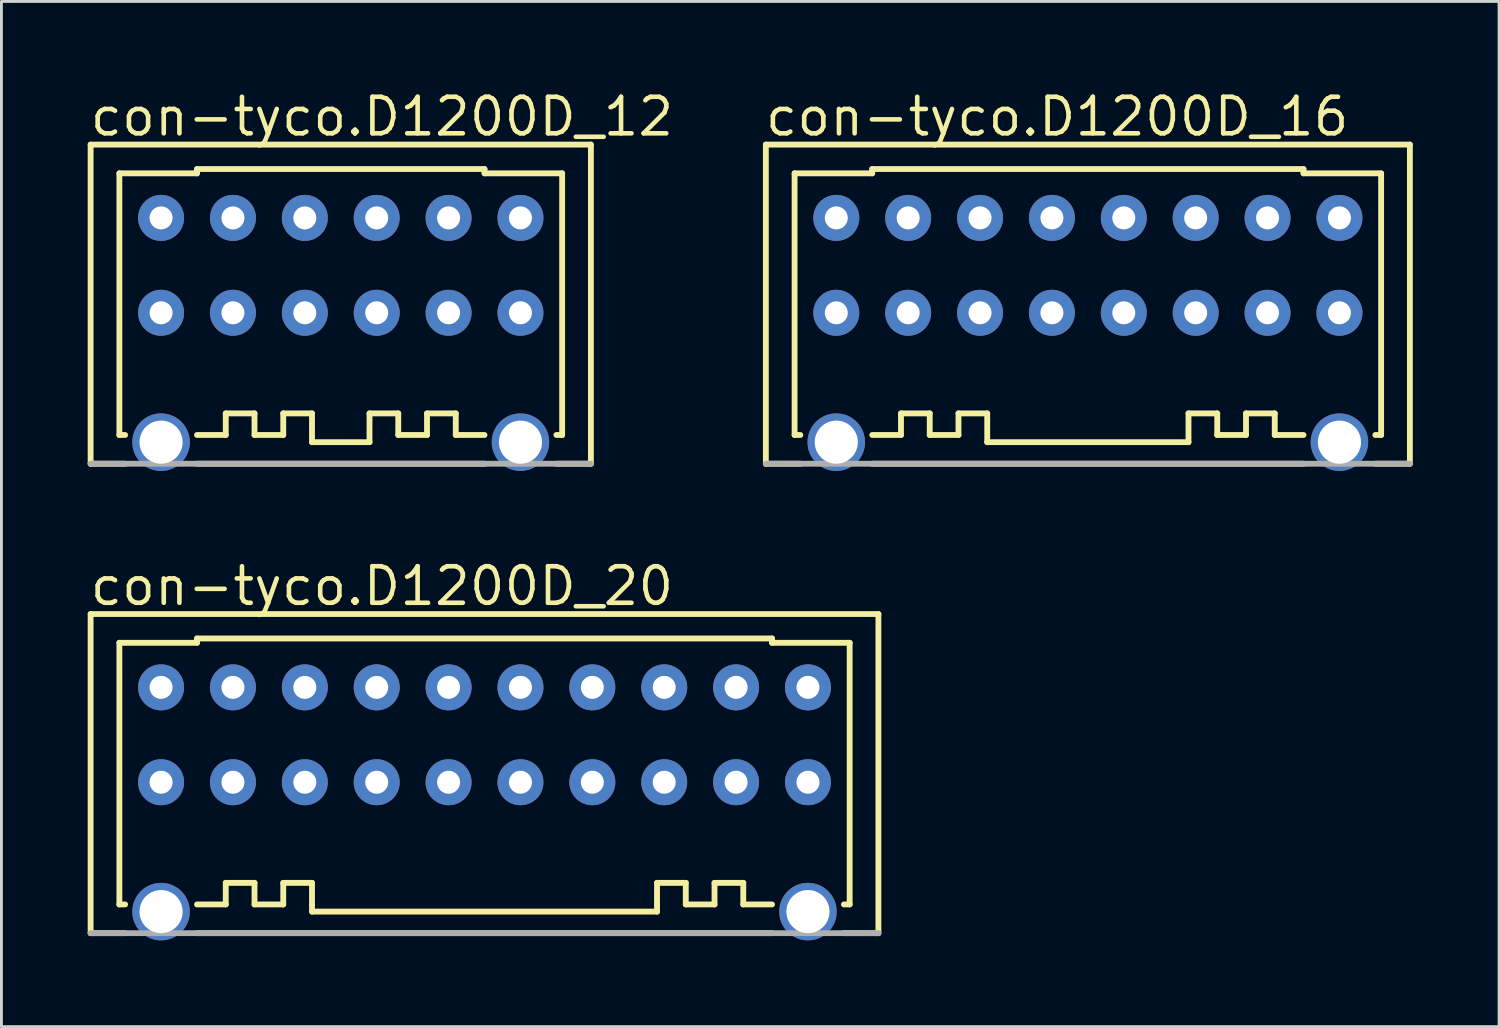
<source format=kicad_pcb>
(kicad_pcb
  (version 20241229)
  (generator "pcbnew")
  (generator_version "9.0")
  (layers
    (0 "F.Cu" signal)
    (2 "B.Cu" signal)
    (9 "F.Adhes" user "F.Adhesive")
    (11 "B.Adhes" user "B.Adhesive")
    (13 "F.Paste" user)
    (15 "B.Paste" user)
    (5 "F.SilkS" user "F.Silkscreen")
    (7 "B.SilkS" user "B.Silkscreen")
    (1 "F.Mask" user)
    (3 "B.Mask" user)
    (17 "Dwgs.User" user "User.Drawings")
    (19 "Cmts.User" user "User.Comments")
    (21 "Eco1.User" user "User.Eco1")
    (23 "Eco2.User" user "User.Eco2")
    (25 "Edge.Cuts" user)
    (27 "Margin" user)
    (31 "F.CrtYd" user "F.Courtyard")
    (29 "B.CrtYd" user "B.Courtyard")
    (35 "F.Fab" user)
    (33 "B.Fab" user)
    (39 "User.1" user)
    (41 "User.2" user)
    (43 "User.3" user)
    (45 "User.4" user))
  (footprint "con-tyco.D1200D_12"
    (layer "F.Cu")
    (at 8.802 7.829)
    (property "Reference" "con-tyco.D1200D_12" (at -8.802 -6.079 0) (layer "F.SilkS") (effects (font (size 1.27 1.27) (thickness 0.16)) (justify left bottom)))
    (attr through_hole)
    (fp_line (start -8.7 -5.85) (end 8.7 -5.85) (stroke (width 0.203) (type default)) (layer "F.SilkS"))
    (fp_line (start -8.7 5.25) (end -8.7 -5.85) (stroke (width 0.203) (type default)) (layer "F.SilkS"))
    (fp_line (start -7.7 -4.85) (end -5 -4.85) (stroke (width 0.203) (type default)) (layer "F.SilkS"))
    (fp_line (start -7.7 4.25) (end -7.7 -4.85) (stroke (width 0.203) (type default)) (layer "F.SilkS"))
    (fp_line (start -7.5 4.25) (end -7.7 4.25) (stroke (width 0.203) (type default)) (layer "F.SilkS"))
    (fp_line (start -7.5 5.25) (end -8.7 5.25) (stroke (width 0.203) (type default)) (layer "F.SilkS"))
    (fp_line (start -5 -5) (end 5 -5) (stroke (width 0.203) (type default)) (layer "F.SilkS"))
    (fp_line (start -5 -4.85) (end -5 -5) (stroke (width 0.203) (type default)) (layer "F.SilkS"))
    (fp_line (start -4 3.5) (end -4 4.25) (stroke (width 0.203) (type default)) (layer "F.SilkS"))
    (fp_line (start -4 4.25) (end -5 4.25) (stroke (width 0.203) (type default)) (layer "F.SilkS"))
    (fp_line (start -3 3.5) (end -4 3.5) (stroke (width 0.203) (type default)) (layer "F.SilkS"))
    (fp_line (start -3 4.25) (end -3 3.5) (stroke (width 0.203) (type default)) (layer "F.SilkS"))
    (fp_line (start -2 3.5) (end -2 4.25) (stroke (width 0.203) (type default)) (layer "F.SilkS"))
    (fp_line (start -2 4.25) (end -3 4.25) (stroke (width 0.203) (type default)) (layer "F.SilkS"))
    (fp_line (start -1 3.5) (end -2 3.5) (stroke (width 0.203) (type default)) (layer "F.SilkS"))
    (fp_line (start -1 4.5) (end -1 3.5) (stroke (width 0.203) (type default)) (layer "F.SilkS"))
    (fp_line (start 1 3.5) (end 1 4.5) (stroke (width 0.203) (type default)) (layer "F.SilkS"))
    (fp_line (start 1 4.5) (end -1 4.5) (stroke (width 0.203) (type default)) (layer "F.SilkS"))
    (fp_line (start 2 3.5) (end 1 3.5) (stroke (width 0.203) (type default)) (layer "F.SilkS"))
    (fp_line (start 2 4.25) (end 2 3.5) (stroke (width 0.203) (type default)) (layer "F.SilkS"))
    (fp_line (start 3 3.5) (end 3 4.25) (stroke (width 0.203) (type default)) (layer "F.SilkS"))
    (fp_line (start 3 4.25) (end 2 4.25) (stroke (width 0.203) (type default)) (layer "F.SilkS"))
    (fp_line (start 4 3.5) (end 3 3.5) (stroke (width 0.203) (type default)) (layer "F.SilkS"))
    (fp_line (start 4 4.25) (end 4 3.5) (stroke (width 0.203) (type default)) (layer "F.SilkS"))
    (fp_line (start 5 -5) (end 5 -4.85) (stroke (width 0.203) (type default)) (layer "F.SilkS"))
    (fp_line (start 5 -4.85) (end 7.7 -4.85) (stroke (width 0.203) (type default)) (layer "F.SilkS"))
    (fp_line (start 5 4.25) (end 4 4.25) (stroke (width 0.203) (type default)) (layer "F.SilkS"))
    (fp_line (start 5 5.25) (end -5 5.25) (stroke (width 0.203) (type default)) (layer "F.SilkS"))
    (fp_line (start 7.7 -4.85) (end 7.7 4.25) (stroke (width 0.203) (type default)) (layer "F.SilkS"))
    (fp_line (start 7.7 4.25) (end 7.5 4.25) (stroke (width 0.203) (type default)) (layer "F.SilkS"))
    (fp_line (start 8.7 -5.85) (end 8.7 5.25) (stroke (width 0.203) (type default)) (layer "F.SilkS"))
    (fp_line (start 8.7 5.25) (end 7.5 5.25) (stroke (width 0.203) (type default)) (layer "F.SilkS"))
    (fp_line (start 8.7 5.25) (end -8.7 5.25) (stroke (width 0.203) (type default)) (layer "F.Fab"))
    (pad "A1" thru_hole circle (at 6.25 -3.3 180) (size 1.6 1.6) (drill 0.8) (layers "*.Cu" "*.Mask"))
    (pad "A2" thru_hole circle (at 3.75 -3.3 180) (size 1.6 1.6) (drill 0.8) (layers "*.Cu" "*.Mask"))
    (pad "A3" thru_hole circle (at 1.25 -3.3 180) (size 1.6 1.6) (drill 0.8) (layers "*.Cu" "*.Mask"))
    (pad "A4" thru_hole circle (at -1.25 -3.3 180) (size 1.6 1.6) (drill 0.8) (layers "*.Cu" "*.Mask"))
    (pad "A5" thru_hole circle (at -3.75 -3.3 180) (size 1.6 1.6) (drill 0.8) (layers "*.Cu" "*.Mask"))
    (pad "A6" thru_hole circle (at -6.25 -3.3 180) (size 1.6 1.6) (drill 0.8) (layers "*.Cu" "*.Mask"))
    (pad "B1" thru_hole circle (at 6.25 0 180) (size 1.6 1.6) (drill 0.8) (layers "*.Cu" "*.Mask"))
    (pad "B2" thru_hole circle (at 3.75 0 180) (size 1.6 1.6) (drill 0.8) (layers "*.Cu" "*.Mask"))
    (pad "B3" thru_hole circle (at 1.25 0 180) (size 1.6 1.6) (drill 0.8) (layers "*.Cu" "*.Mask"))
    (pad "B4" thru_hole circle (at -1.25 0 180) (size 1.6 1.6) (drill 0.8) (layers "*.Cu" "*.Mask"))
    (pad "B5" thru_hole circle (at -3.75 0 180) (size 1.6 1.6) (drill 0.8) (layers "*.Cu" "*.Mask"))
    (pad "B6" thru_hole circle (at -6.25 0 180) (size 1.6 1.6) (drill 0.8) (layers "*.Cu" "*.Mask"))
    (pad "M1" thru_hole circle (at 6.25 4.5) (size 2 2) (drill 1.5) (layers "*.Cu" "*.Mask"))
    (pad "M2" thru_hole circle (at -6.25 4.5) (size 2 2) (drill 1.5) (layers "*.Cu" "*.Mask")))
  (footprint "con-tyco.D1200D_20"
    (layer "F.Cu")
    (at 13.802 24.157)
    (property "Reference" "con-tyco.D1200D_20" (at -13.802 -6.079 0) (layer "F.SilkS") (effects (font (size 1.27 1.27) (thickness 0.16)) (justify left bottom)))
    (attr through_hole)
    (fp_line (start -13.7 -5.85) (end 13.7 -5.85) (stroke (width 0.203) (type default)) (layer "F.SilkS"))
    (fp_line (start -13.7 5.25) (end -13.7 -5.85) (stroke (width 0.203) (type default)) (layer "F.SilkS"))
    (fp_line (start -12.7 -4.85) (end -10 -4.85) (stroke (width 0.203) (type default)) (layer "F.SilkS"))
    (fp_line (start -12.7 4.25) (end -12.7 -4.85) (stroke (width 0.203) (type default)) (layer "F.SilkS"))
    (fp_line (start -12.5 4.25) (end -12.7 4.25) (stroke (width 0.203) (type default)) (layer "F.SilkS"))
    (fp_line (start -12.5 5.25) (end -13.7 5.25) (stroke (width 0.203) (type default)) (layer "F.SilkS"))
    (fp_line (start -10 -5) (end 10 -5) (stroke (width 0.203) (type default)) (layer "F.SilkS"))
    (fp_line (start -10 -4.85) (end -10 -5) (stroke (width 0.203) (type default)) (layer "F.SilkS"))
    (fp_line (start -9 3.5) (end -9 4.25) (stroke (width 0.203) (type default)) (layer "F.SilkS"))
    (fp_line (start -9 4.25) (end -10 4.25) (stroke (width 0.203) (type default)) (layer "F.SilkS"))
    (fp_line (start -8 3.5) (end -9 3.5) (stroke (width 0.203) (type default)) (layer "F.SilkS"))
    (fp_line (start -8 4.25) (end -8 3.5) (stroke (width 0.203) (type default)) (layer "F.SilkS"))
    (fp_line (start -7 3.5) (end -7 4.25) (stroke (width 0.203) (type default)) (layer "F.SilkS"))
    (fp_line (start -7 4.25) (end -8 4.25) (stroke (width 0.203) (type default)) (layer "F.SilkS"))
    (fp_line (start -6 3.5) (end -7 3.5) (stroke (width 0.203) (type default)) (layer "F.SilkS"))
    (fp_line (start -6 4.25) (end -6 3.5) (stroke (width 0.203) (type default)) (layer "F.SilkS"))
    (fp_line (start -6 4.5) (end -6 4.25) (stroke (width 0.203) (type default)) (layer "F.SilkS"))
    (fp_line (start 6 3.5) (end 6 4.25) (stroke (width 0.203) (type default)) (layer "F.SilkS"))
    (fp_line (start 6 4.25) (end 6 4.5) (stroke (width 0.203) (type default)) (layer "F.SilkS"))
    (fp_line (start 6 4.5) (end -6 4.5) (stroke (width 0.203) (type default)) (layer "F.SilkS"))
    (fp_line (start 7 3.5) (end 6 3.5) (stroke (width 0.203) (type default)) (layer "F.SilkS"))
    (fp_line (start 7 4.25) (end 7 3.5) (stroke (width 0.203) (type default)) (layer "F.SilkS"))
    (fp_line (start 8 3.5) (end 8 4.25) (stroke (width 0.203) (type default)) (layer "F.SilkS"))
    (fp_line (start 8 4.25) (end 7 4.25) (stroke (width 0.203) (type default)) (layer "F.SilkS"))
    (fp_line (start 9 3.5) (end 8 3.5) (stroke (width 0.203) (type default)) (layer "F.SilkS"))
    (fp_line (start 9 4.25) (end 9 3.5) (stroke (width 0.203) (type default)) (layer "F.SilkS"))
    (fp_line (start 10 -5) (end 10 -4.85) (stroke (width 0.203) (type default)) (layer "F.SilkS"))
    (fp_line (start 10 -4.85) (end 12.7 -4.85) (stroke (width 0.203) (type default)) (layer "F.SilkS"))
    (fp_line (start 10 4.25) (end 9 4.25) (stroke (width 0.203) (type default)) (layer "F.SilkS"))
    (fp_line (start 10 5.25) (end -10 5.25) (stroke (width 0.203) (type default)) (layer "F.SilkS"))
    (fp_line (start 12.7 -4.85) (end 12.7 4.25) (stroke (width 0.203) (type default)) (layer "F.SilkS"))
    (fp_line (start 12.7 4.25) (end 12.5 4.25) (stroke (width 0.203) (type default)) (layer "F.SilkS"))
    (fp_line (start 13.7 -5.85) (end 13.7 5.25) (stroke (width 0.203) (type default)) (layer "F.SilkS"))
    (fp_line (start 13.7 5.25) (end 12.5 5.25) (stroke (width 0.203) (type default)) (layer "F.SilkS"))
    (fp_line (start 13.7 5.25) (end -13.7 5.25) (stroke (width 0.203) (type default)) (layer "F.Fab"))
    (pad "A1" thru_hole circle (at 11.25 -3.3 180) (size 1.6 1.6) (drill 0.8) (layers "*.Cu" "*.Mask"))
    (pad "A2" thru_hole circle (at 8.75 -3.3 180) (size 1.6 1.6) (drill 0.8) (layers "*.Cu" "*.Mask"))
    (pad "A3" thru_hole circle (at 6.25 -3.3 180) (size 1.6 1.6) (drill 0.8) (layers "*.Cu" "*.Mask"))
    (pad "A4" thru_hole circle (at 3.75 -3.3 180) (size 1.6 1.6) (drill 0.8) (layers "*.Cu" "*.Mask"))
    (pad "A5" thru_hole circle (at 1.25 -3.3 180) (size 1.6 1.6) (drill 0.8) (layers "*.Cu" "*.Mask"))
    (pad "A6" thru_hole circle (at -1.25 -3.3 180) (size 1.6 1.6) (drill 0.8) (layers "*.Cu" "*.Mask"))
    (pad "A7" thru_hole circle (at -3.75 -3.3 180) (size 1.6 1.6) (drill 0.8) (layers "*.Cu" "*.Mask"))
    (pad "A8" thru_hole circle (at -6.25 -3.3 180) (size 1.6 1.6) (drill 0.8) (layers "*.Cu" "*.Mask"))
    (pad "A9" thru_hole circle (at -8.75 -3.3 180) (size 1.6 1.6) (drill 0.8) (layers "*.Cu" "*.Mask"))
    (pad "A10" thru_hole circle (at -11.25 -3.3 180) (size 1.6 1.6) (drill 0.8) (layers "*.Cu" "*.Mask"))
    (pad "B1" thru_hole circle (at 11.25 0 180) (size 1.6 1.6) (drill 0.8) (layers "*.Cu" "*.Mask"))
    (pad "B2" thru_hole circle (at 8.75 0 180) (size 1.6 1.6) (drill 0.8) (layers "*.Cu" "*.Mask"))
    (pad "B3" thru_hole circle (at 6.25 0 180) (size 1.6 1.6) (drill 0.8) (layers "*.Cu" "*.Mask"))
    (pad "B4" thru_hole circle (at 3.75 0 180) (size 1.6 1.6) (drill 0.8) (layers "*.Cu" "*.Mask"))
    (pad "B5" thru_hole circle (at 1.25 0 180) (size 1.6 1.6) (drill 0.8) (layers "*.Cu" "*.Mask"))
    (pad "B6" thru_hole circle (at -1.25 0 180) (size 1.6 1.6) (drill 0.8) (layers "*.Cu" "*.Mask"))
    (pad "B7" thru_hole circle (at -3.75 0 180) (size 1.6 1.6) (drill 0.8) (layers "*.Cu" "*.Mask"))
    (pad "B8" thru_hole circle (at -6.25 0 180) (size 1.6 1.6) (drill 0.8) (layers "*.Cu" "*.Mask"))
    (pad "B9" thru_hole circle (at -8.75 0 180) (size 1.6 1.6) (drill 0.8) (layers "*.Cu" "*.Mask"))
    (pad "B10" thru_hole circle (at -11.25 0 180) (size 1.6 1.6) (drill 0.8) (layers "*.Cu" "*.Mask"))
    (pad "M1" thru_hole circle (at 11.25 4.5) (size 2 2) (drill 1.5) (layers "*.Cu" "*.Mask"))
    (pad "M2" thru_hole circle (at -11.25 4.5) (size 2 2) (drill 1.5) (layers "*.Cu" "*.Mask")))
  (footprint "con-tyco.D1200D_16"
    (layer "F.Cu")
    (at 34.787 7.829)
    (property "Reference" "con-tyco.D1200D_16" (at -11.302 -6.079 0) (layer "F.SilkS") (effects (font (size 1.27 1.27) (thickness 0.16)) (justify left bottom)))
    (attr through_hole)
    (fp_line (start -11.2 -5.85) (end 11.2 -5.85) (stroke (width 0.203) (type default)) (layer "F.SilkS"))
    (fp_line (start -11.2 5.25) (end -11.2 -5.85) (stroke (width 0.203) (type default)) (layer "F.SilkS"))
    (fp_line (start -10.2 -4.85) (end -7.5 -4.85) (stroke (width 0.203) (type default)) (layer "F.SilkS"))
    (fp_line (start -10.2 4.25) (end -10.2 -4.85) (stroke (width 0.203) (type default)) (layer "F.SilkS"))
    (fp_line (start -10 4.25) (end -10.2 4.25) (stroke (width 0.203) (type default)) (layer "F.SilkS"))
    (fp_line (start -10 5.25) (end -11.2 5.25) (stroke (width 0.203) (type default)) (layer "F.SilkS"))
    (fp_line (start -7.5 -5) (end 7.5 -5) (stroke (width 0.203) (type default)) (layer "F.SilkS"))
    (fp_line (start -7.5 -4.85) (end -7.5 -5) (stroke (width 0.203) (type default)) (layer "F.SilkS"))
    (fp_line (start -6.5 3.5) (end -6.5 4.25) (stroke (width 0.203) (type default)) (layer "F.SilkS"))
    (fp_line (start -6.5 4.25) (end -7.5 4.25) (stroke (width 0.203) (type default)) (layer "F.SilkS"))
    (fp_line (start -5.5 3.5) (end -6.5 3.5) (stroke (width 0.203) (type default)) (layer "F.SilkS"))
    (fp_line (start -5.5 4.25) (end -5.5 3.5) (stroke (width 0.203) (type default)) (layer "F.SilkS"))
    (fp_line (start -4.5 3.5) (end -4.5 4.25) (stroke (width 0.203) (type default)) (layer "F.SilkS"))
    (fp_line (start -4.5 4.25) (end -5.5 4.25) (stroke (width 0.203) (type default)) (layer "F.SilkS"))
    (fp_line (start -3.5 3.5) (end -4.5 3.5) (stroke (width 0.203) (type default)) (layer "F.SilkS"))
    (fp_line (start -3.5 4.5) (end -3.5 3.5) (stroke (width 0.203) (type default)) (layer "F.SilkS"))
    (fp_line (start 3.5 3.5) (end 3.5 4.5) (stroke (width 0.203) (type default)) (layer "F.SilkS"))
    (fp_line (start 3.5 4.5) (end -3.5 4.5) (stroke (width 0.203) (type default)) (layer "F.SilkS"))
    (fp_line (start 4.5 3.5) (end 3.5 3.5) (stroke (width 0.203) (type default)) (layer "F.SilkS"))
    (fp_line (start 4.5 4.25) (end 4.5 3.5) (stroke (width 0.203) (type default)) (layer "F.SilkS"))
    (fp_line (start 5.5 3.5) (end 5.5 4.25) (stroke (width 0.203) (type default)) (layer "F.SilkS"))
    (fp_line (start 5.5 4.25) (end 4.5 4.25) (stroke (width 0.203) (type default)) (layer "F.SilkS"))
    (fp_line (start 6.5 3.5) (end 5.5 3.5) (stroke (width 0.203) (type default)) (layer "F.SilkS"))
    (fp_line (start 6.5 4.25) (end 6.5 3.5) (stroke (width 0.203) (type default)) (layer "F.SilkS"))
    (fp_line (start 7.5 -5) (end 7.5 -4.85) (stroke (width 0.203) (type default)) (layer "F.SilkS"))
    (fp_line (start 7.5 -4.85) (end 10.2 -4.85) (stroke (width 0.203) (type default)) (layer "F.SilkS"))
    (fp_line (start 7.5 4.25) (end 6.5 4.25) (stroke (width 0.203) (type default)) (layer "F.SilkS"))
    (fp_line (start 7.5 5.25) (end -7.5 5.25) (stroke (width 0.203) (type default)) (layer "F.SilkS"))
    (fp_line (start 10.2 -4.85) (end 10.2 4.25) (stroke (width 0.203) (type default)) (layer "F.SilkS"))
    (fp_line (start 10.2 4.25) (end 10 4.25) (stroke (width 0.203) (type default)) (layer "F.SilkS"))
    (fp_line (start 11.2 -5.85) (end 11.2 5.25) (stroke (width 0.203) (type default)) (layer "F.SilkS"))
    (fp_line (start 11.2 5.25) (end 10 5.25) (stroke (width 0.203) (type default)) (layer "F.SilkS"))
    (fp_line (start 11.2 5.25) (end -11.2 5.25) (stroke (width 0.203) (type default)) (layer "F.Fab"))
    (pad "A1" thru_hole circle (at 8.75 -3.3 180) (size 1.6 1.6) (drill 0.8) (layers "*.Cu" "*.Mask"))
    (pad "A2" thru_hole circle (at 6.25 -3.3 180) (size 1.6 1.6) (drill 0.8) (layers "*.Cu" "*.Mask"))
    (pad "A3" thru_hole circle (at 3.75 -3.3 180) (size 1.6 1.6) (drill 0.8) (layers "*.Cu" "*.Mask"))
    (pad "A4" thru_hole circle (at 1.25 -3.3 180) (size 1.6 1.6) (drill 0.8) (layers "*.Cu" "*.Mask"))
    (pad "A5" thru_hole circle (at -1.25 -3.3 180) (size 1.6 1.6) (drill 0.8) (layers "*.Cu" "*.Mask"))
    (pad "A6" thru_hole circle (at -3.75 -3.3 180) (size 1.6 1.6) (drill 0.8) (layers "*.Cu" "*.Mask"))
    (pad "A7" thru_hole circle (at -6.25 -3.3 180) (size 1.6 1.6) (drill 0.8) (layers "*.Cu" "*.Mask"))
    (pad "A8" thru_hole circle (at -8.75 -3.3 180) (size 1.6 1.6) (drill 0.8) (layers "*.Cu" "*.Mask"))
    (pad "B1" thru_hole circle (at 8.75 0 180) (size 1.6 1.6) (drill 0.8) (layers "*.Cu" "*.Mask"))
    (pad "B2" thru_hole circle (at 6.25 0 180) (size 1.6 1.6) (drill 0.8) (layers "*.Cu" "*.Mask"))
    (pad "B3" thru_hole circle (at 3.75 0 180) (size 1.6 1.6) (drill 0.8) (layers "*.Cu" "*.Mask"))
    (pad "B4" thru_hole circle (at 1.25 0 180) (size 1.6 1.6) (drill 0.8) (layers "*.Cu" "*.Mask"))
    (pad "B5" thru_hole circle (at -1.25 0 180) (size 1.6 1.6) (drill 0.8) (layers "*.Cu" "*.Mask"))
    (pad "B6" thru_hole circle (at -3.75 0 180) (size 1.6 1.6) (drill 0.8) (layers "*.Cu" "*.Mask"))
    (pad "B7" thru_hole circle (at -6.25 0 180) (size 1.6 1.6) (drill 0.8) (layers "*.Cu" "*.Mask"))
    (pad "B8" thru_hole circle (at -8.75 0 180) (size 1.6 1.6) (drill 0.8) (layers "*.Cu" "*.Mask"))
    (pad "M1" thru_hole circle (at 8.75 4.5) (size 2 2) (drill 1.5) (layers "*.Cu" "*.Mask"))
    (pad "M2" thru_hole circle (at -8.75 4.5) (size 2 2) (drill 1.5) (layers "*.Cu" "*.Mask")))
  (gr_rect
    (start -3 -3)
    (end 49.089 32.657)
    (stroke (width 0.1) (type default))
    (fill no)
    (layer "Edge.Cuts")))
</source>
